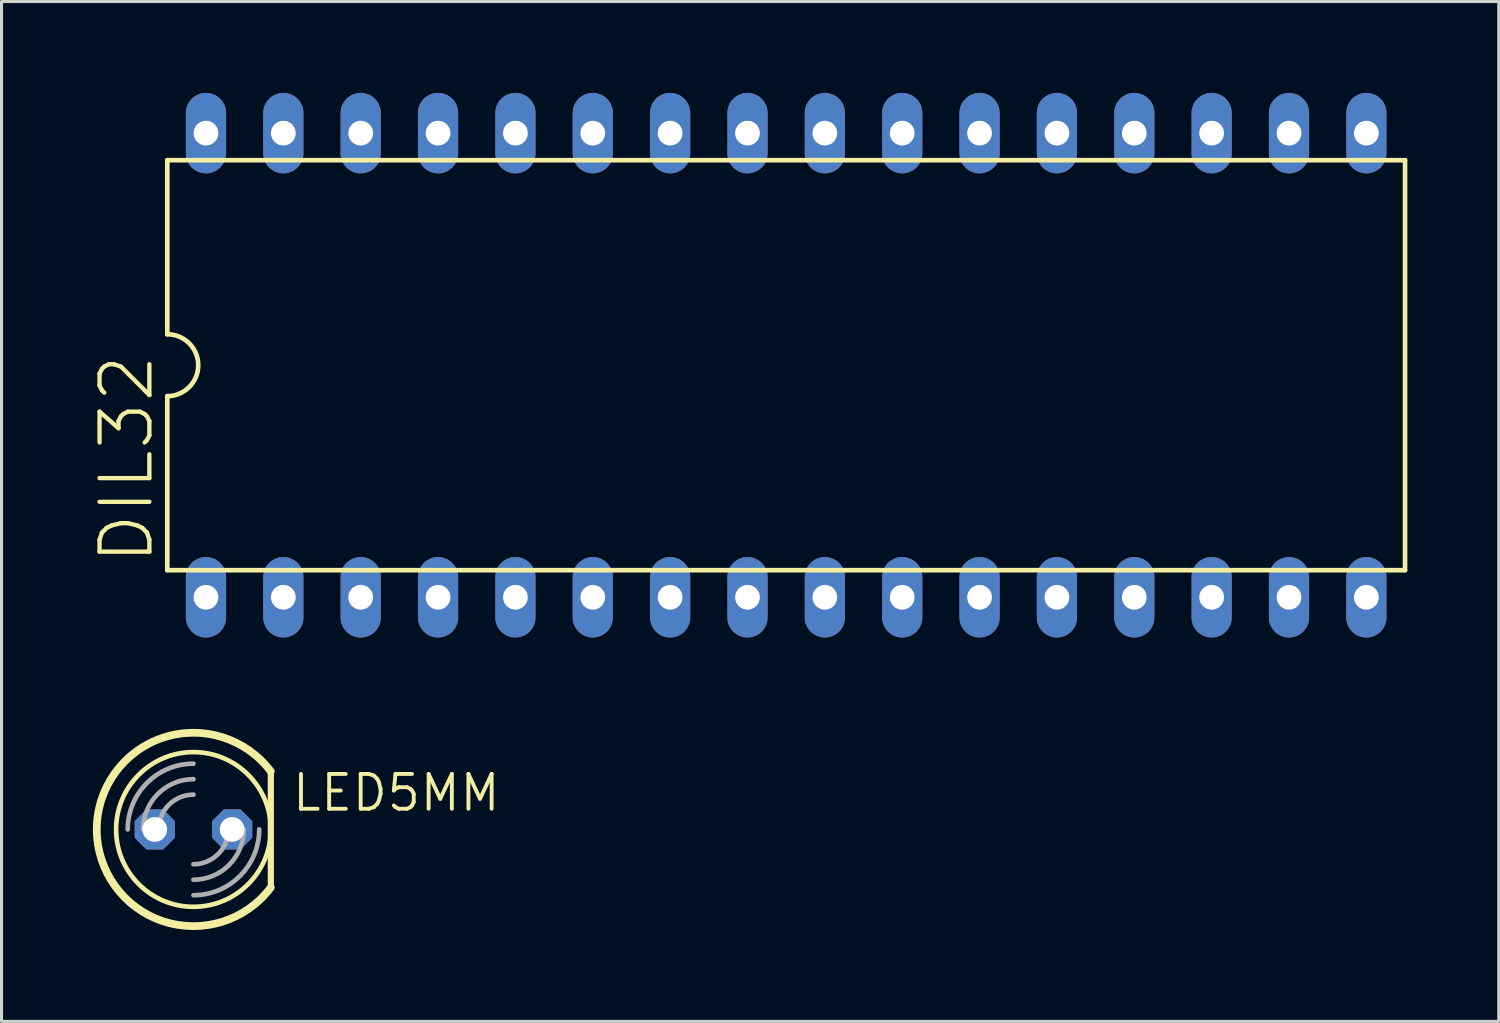
<source format=kicad_pcb>
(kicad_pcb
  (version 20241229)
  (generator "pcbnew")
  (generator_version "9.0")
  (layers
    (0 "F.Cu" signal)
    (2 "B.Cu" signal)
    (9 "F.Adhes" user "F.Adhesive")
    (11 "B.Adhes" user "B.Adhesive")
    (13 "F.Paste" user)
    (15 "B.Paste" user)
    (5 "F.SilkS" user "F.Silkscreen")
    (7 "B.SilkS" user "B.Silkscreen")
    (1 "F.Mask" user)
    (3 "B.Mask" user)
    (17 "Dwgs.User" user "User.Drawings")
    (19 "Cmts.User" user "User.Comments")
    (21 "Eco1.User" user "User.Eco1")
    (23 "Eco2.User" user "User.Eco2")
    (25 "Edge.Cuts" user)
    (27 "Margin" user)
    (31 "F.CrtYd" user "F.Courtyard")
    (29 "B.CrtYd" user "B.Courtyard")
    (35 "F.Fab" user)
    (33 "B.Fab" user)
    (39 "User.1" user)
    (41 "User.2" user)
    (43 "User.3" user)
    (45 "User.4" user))
  (footprint "DIL32"
    (layer "F.Cu")
    (at 22.763 8.941)
    (property "Reference" "DIL32" (at -20.701 6.604 90) (layer "F.SilkS") (effects (font (size 1.636 1.636) (thickness 0.142)) (justify left bottom)))
    (fp_line (start -20.32 -6.731) (end -20.32 -1.016) (stroke (width 0.152) (type solid)) (layer "F.SilkS"))
    (fp_line (start -20.32 6.731) (end -20.32 1.016) (stroke (width 0.152) (type solid)) (layer "F.SilkS"))
    (fp_line (start -20.32 6.731) (end 20.32 6.731) (stroke (width 0.152) (type solid)) (layer "F.SilkS"))
    (fp_line (start 20.32 -6.731) (end -20.32 -6.731) (stroke (width 0.152) (type solid)) (layer "F.SilkS"))
    (fp_line (start 20.32 -6.731) (end 20.32 6.731) (stroke (width 0.152) (type solid)) (layer "F.SilkS"))
    (fp_arc (start -20.32 -1.016) (mid -19.304 0) (end -20.32 1.016) (stroke (width 0.1524) (type solid)) (layer "F.SilkS"))
    (pad "1" thru_hole oval (at -19.05 7.62 90) (size 2.642 1.321) (drill 0.813) (layers "*.Cu" "*.Mask"))
    (pad "2" thru_hole oval (at -16.51 7.62 90) (size 2.642 1.321) (drill 0.813) (layers "*.Cu" "*.Mask"))
    (pad "3" thru_hole oval (at -13.97 7.62 90) (size 2.642 1.321) (drill 0.813) (layers "*.Cu" "*.Mask"))
    (pad "4" thru_hole oval (at -11.43 7.62 90) (size 2.642 1.321) (drill 0.813) (layers "*.Cu" "*.Mask"))
    (pad "5" thru_hole oval (at -8.89 7.62 90) (size 2.642 1.321) (drill 0.813) (layers "*.Cu" "*.Mask"))
    (pad "6" thru_hole oval (at -6.35 7.62 90) (size 2.642 1.321) (drill 0.813) (layers "*.Cu" "*.Mask"))
    (pad "7" thru_hole oval (at -3.81 7.62 90) (size 2.642 1.321) (drill 0.813) (layers "*.Cu" "*.Mask"))
    (pad "8" thru_hole oval (at -1.27 7.62 90) (size 2.642 1.321) (drill 0.813) (layers "*.Cu" "*.Mask"))
    (pad "9" thru_hole oval (at 1.27 7.62 90) (size 2.642 1.321) (drill 0.813) (layers "*.Cu" "*.Mask"))
    (pad "10" thru_hole oval (at 3.81 7.62 90) (size 2.642 1.321) (drill 0.813) (layers "*.Cu" "*.Mask"))
    (pad "11" thru_hole oval (at 6.35 7.62 90) (size 2.642 1.321) (drill 0.813) (layers "*.Cu" "*.Mask"))
    (pad "12" thru_hole oval (at 8.89 7.62 90) (size 2.642 1.321) (drill 0.813) (layers "*.Cu" "*.Mask"))
    (pad "13" thru_hole oval (at 11.43 7.62 90) (size 2.642 1.321) (drill 0.813) (layers "*.Cu" "*.Mask"))
    (pad "14" thru_hole oval (at 13.97 7.62 90) (size 2.642 1.321) (drill 0.813) (layers "*.Cu" "*.Mask"))
    (pad "15" thru_hole oval (at 16.51 7.62 90) (size 2.642 1.321) (drill 0.813) (layers "*.Cu" "*.Mask"))
    (pad "16" thru_hole oval (at 19.05 7.62 90) (size 2.642 1.321) (drill 0.813) (layers "*.Cu" "*.Mask"))
    (pad "17" thru_hole oval (at 19.05 -7.62 90) (size 2.642 1.321) (drill 0.813) (layers "*.Cu" "*.Mask"))
    (pad "18" thru_hole oval (at 16.51 -7.62 90) (size 2.642 1.321) (drill 0.813) (layers "*.Cu" "*.Mask"))
    (pad "19" thru_hole oval (at 13.97 -7.62 90) (size 2.642 1.321) (drill 0.813) (layers "*.Cu" "*.Mask"))
    (pad "20" thru_hole oval (at 11.43 -7.62 90) (size 2.642 1.321) (drill 0.813) (layers "*.Cu" "*.Mask"))
    (pad "21" thru_hole oval (at 8.89 -7.62 90) (size 2.642 1.321) (drill 0.813) (layers "*.Cu" "*.Mask"))
    (pad "22" thru_hole oval (at 6.35 -7.62 90) (size 2.642 1.321) (drill 0.813) (layers "*.Cu" "*.Mask"))
    (pad "23" thru_hole oval (at 3.81 -7.62 90) (size 2.642 1.321) (drill 0.813) (layers "*.Cu" "*.Mask"))
    (pad "24" thru_hole oval (at 1.27 -7.62 90) (size 2.642 1.321) (drill 0.813) (layers "*.Cu" "*.Mask"))
    (pad "25" thru_hole oval (at -1.27 -7.62 90) (size 2.642 1.321) (drill 0.813) (layers "*.Cu" "*.Mask"))
    (pad "26" thru_hole oval (at -3.81 -7.62 90) (size 2.642 1.321) (drill 0.813) (layers "*.Cu" "*.Mask"))
    (pad "27" thru_hole oval (at -6.35 -7.62 90) (size 2.642 1.321) (drill 0.813) (layers "*.Cu" "*.Mask"))
    (pad "28" thru_hole oval (at -8.89 -7.62 90) (size 2.642 1.321) (drill 0.813) (layers "*.Cu" "*.Mask"))
    (pad "29" thru_hole oval (at -11.43 -7.62 90) (size 2.642 1.321) (drill 0.813) (layers "*.Cu" "*.Mask"))
    (pad "30" thru_hole oval (at -13.97 -7.62 90) (size 2.642 1.321) (drill 0.813) (layers "*.Cu" "*.Mask"))
    (pad "31" thru_hole oval (at -16.51 -7.62 90) (size 2.642 1.321) (drill 0.813) (layers "*.Cu" "*.Mask"))
    (pad "32" thru_hole oval (at -19.05 -7.62 90) (size 2.642 1.321) (drill 0.813) (layers "*.Cu" "*.Mask")))
  (footprint "LED5MM"
    (layer "F.Cu")
    (at 3.302 24.184)
    (property "Reference" "LED5MM" (at 3.175 -0.533 0) (layer "F.SilkS") (effects (font (size 1.143 1.143) (thickness 0.127)) (justify left bottom)))
    (fp_line (start 2.54 1.905) (end 2.54 -1.905) (stroke (width 0.203) (type solid)) (layer "F.SilkS"))
    (fp_arc (start 2.54 1.905) (mid -3.175 0) (end 2.54 -1.905) (stroke (width 0.254) (type solid)) (layer "F.SilkS"))
    (fp_circle (center 0 0) (end 2.54 0) (stroke (width 0.152) (type solid)) (fill no) (layer "F.SilkS"))
    (fp_arc (start -2.159 0) (mid -1.526644 -1.526644) (end 0 -2.159) (stroke (width 0.1524) (type solid)) (layer "F.Fab"))
    (fp_arc (start -1.651 0) (mid -1.167433 -1.167433) (end 0 -1.651) (stroke (width 0.1524) (type solid)) (layer "F.Fab"))
    (fp_arc (start -1.143 0) (mid -0.808223 -0.808223) (end 0 -1.143) (stroke (width 0.1524) (type solid)) (layer "F.Fab"))
    (fp_arc (start 1.143 0) (mid 0.808223 0.808223) (end 0 1.143) (stroke (width 0.1524) (type solid)) (layer "F.Fab"))
    (fp_arc (start 1.651 0) (mid 1.167433 1.167433) (end 0 1.651) (stroke (width 0.1524) (type solid)) (layer "F.Fab"))
    (fp_arc (start 2.159 0) (mid 1.526644 1.526644) (end 0 2.159) (stroke (width 0.1524) (type solid)) (layer "F.Fab"))
    (pad "A" thru_hole roundrect (at -1.27 0) (size 1.321 1.321) (drill 0.813) (layers "*.Cu" "*.Mask") (roundrect_rratio 0.25) (chamfer_ratio 0.293) (chamfer top_left top_right bottom_left bottom_right))
    (pad "K" thru_hole roundrect (at 1.27 0) (size 1.321 1.321) (drill 0.813) (layers "*.Cu" "*.Mask") (roundrect_rratio 0.25) (chamfer_ratio 0.293) (chamfer top_left top_right bottom_left bottom_right)))
  (gr_rect
    (start -3 -3)
    (end 46.16 30.486)
    (stroke (width 0.1) (type default))
    (fill no)
    (layer "Edge.Cuts")))
</source>
